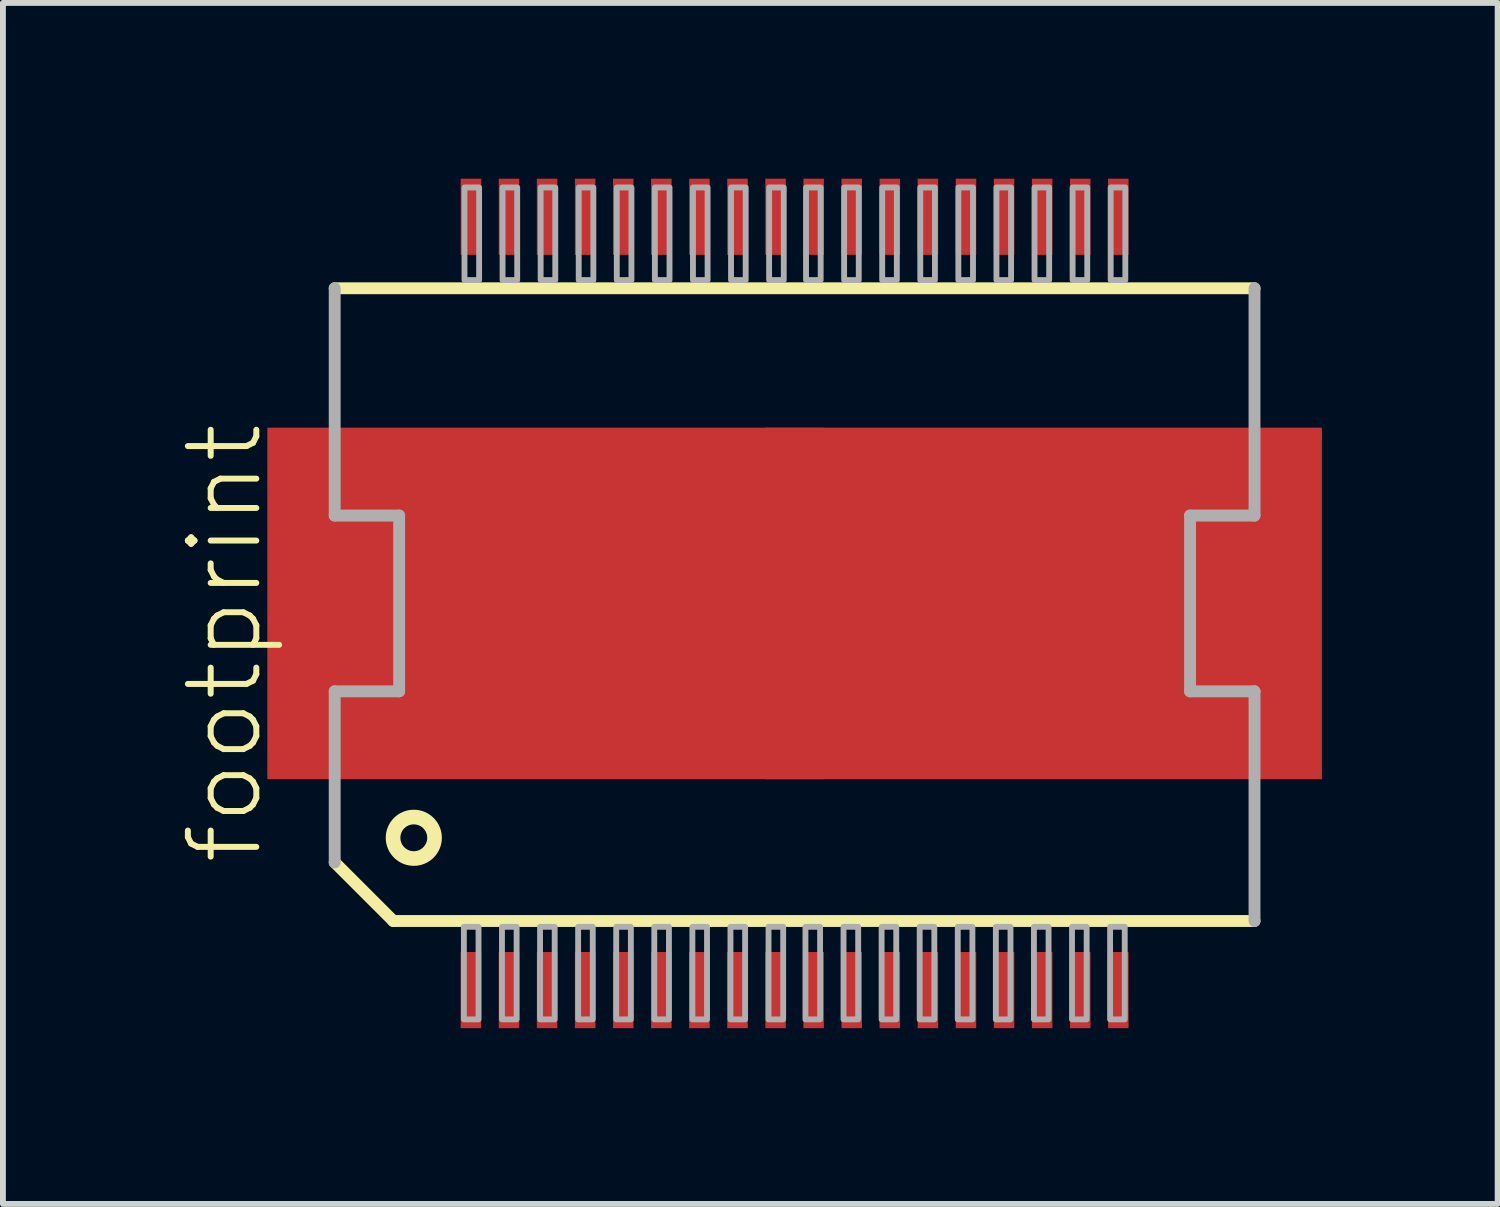
<source format=kicad_pcb>
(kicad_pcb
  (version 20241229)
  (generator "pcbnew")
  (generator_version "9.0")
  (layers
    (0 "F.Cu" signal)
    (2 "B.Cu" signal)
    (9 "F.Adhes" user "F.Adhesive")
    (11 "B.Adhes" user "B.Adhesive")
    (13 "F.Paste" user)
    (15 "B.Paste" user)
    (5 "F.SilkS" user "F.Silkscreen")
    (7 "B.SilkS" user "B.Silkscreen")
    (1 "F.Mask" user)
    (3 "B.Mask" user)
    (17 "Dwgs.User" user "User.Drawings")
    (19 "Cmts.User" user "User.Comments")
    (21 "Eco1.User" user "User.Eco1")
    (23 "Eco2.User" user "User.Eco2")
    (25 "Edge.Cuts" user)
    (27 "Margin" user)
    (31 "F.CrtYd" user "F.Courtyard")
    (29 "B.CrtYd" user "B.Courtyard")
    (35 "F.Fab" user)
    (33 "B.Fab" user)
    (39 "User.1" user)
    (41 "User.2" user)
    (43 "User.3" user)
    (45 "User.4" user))
  (footprint "footprint"
    (layer "F.Cu")
    (at 10.513 7.25)
    (property "Reference" "footprint" (at -9.04 4.5 90) (layer "F.SilkS") (effects (font (size 1.168 1.168) (thickness 0.102)) (justify left bottom)))
    (fp_poly (pts (xy -9 -1.25) (xy 9 -1.25) (xy 9 -3) (xy -9 -3)) (stroke (width 0) (type solid)) (fill yes) (layer "F.Mask"))
    (fp_poly (pts (xy -9 3) (xy 9 3) (xy 9 1.25) (xy -9 1.25)) (stroke (width 0) (type solid)) (fill yes) (layer "F.Mask"))
    (fp_poly (pts (xy -8 1.25) (xy 8 1.25) (xy 8 -1.25) (xy -8 -1.25)) (stroke (width 0) (type solid)) (fill yes) (layer "F.Mask"))
    (fp_line (start -7.85 -5.38) (end 7.85 -5.38) (stroke (width 0.203) (type solid)) (layer "F.SilkS"))
    (fp_line (start -6.85 5.42) (end -7.85 4.42) (stroke (width 0.203) (type solid)) (layer "F.SilkS"))
    (fp_line (start 7.85 5.42) (end -6.85 5.42) (stroke (width 0.203) (type solid)) (layer "F.SilkS"))
    (fp_circle (center -6.5 4) (end -6.146 4) (stroke (width 0.25) (type solid)) (fill no) (layer "F.SilkS"))
    (fp_poly (pts (xy -7.5 -1.25) (xy 7.5 -1.25) (xy 7.5 -2.5) (xy -7.5 -2.5)) (stroke (width 0) (type solid)) (fill yes) (layer "F.Paste"))
    (fp_poly (pts (xy -7.5 2.5) (xy 7.5 2.5) (xy 7.5 1.25) (xy -7.5 1.25)) (stroke (width 0) (type solid)) (fill yes) (layer "F.Paste"))
    (fp_poly (pts (xy -6.75 1.5) (xy 7 1.5) (xy 7 -1.5) (xy -6.75 -1.5)) (stroke (width 0) (type solid)) (fill yes) (layer "F.Paste"))
    (fp_line (start -7.85 -1.5) (end -7.85 -5.38) (stroke (width 0.203) (type solid)) (layer "F.Fab"))
    (fp_line (start -7.85 1.5) (end -6.75 1.5) (stroke (width 0.203) (type solid)) (layer "F.Fab"))
    (fp_line (start -7.85 4.42) (end -7.85 1.5) (stroke (width 0.203) (type solid)) (layer "F.Fab"))
    (fp_line (start -6.75 -1.5) (end -7.85 -1.5) (stroke (width 0.203) (type solid)) (layer "F.Fab"))
    (fp_line (start -6.75 1.5) (end -6.75 -1.5) (stroke (width 0.203) (type solid)) (layer "F.Fab"))
    (fp_line (start 6.75 -1.5) (end 6.75 1.5) (stroke (width 0.203) (type solid)) (layer "F.Fab"))
    (fp_line (start 6.75 1.5) (end 7.85 1.5) (stroke (width 0.203) (type solid)) (layer "F.Fab"))
    (fp_line (start 7.85 -5.38) (end 7.85 -1.5) (stroke (width 0.203) (type solid)) (layer "F.Fab"))
    (fp_line (start 7.85 -1.5) (end 6.75 -1.5) (stroke (width 0.203) (type solid)) (layer "F.Fab"))
    (fp_line (start 7.85 1.5) (end 7.85 5.42) (stroke (width 0.203) (type solid)) (layer "F.Fab"))
    (fp_poly (pts (xy -5.645 7.1) (xy -5.395 7.1) (xy -5.395 5.52) (xy -5.645 5.52)) (stroke (width 0.1) (type solid)) (fill no) (layer "F.Fab"))
    (fp_poly (pts (xy -5.385 -7.1) (xy -5.635 -7.1) (xy -5.635 -5.52) (xy -5.385 -5.52)) (stroke (width 0.1) (type solid)) (fill no) (layer "F.Fab"))
    (fp_poly (pts (xy -4.995 7.1) (xy -4.745 7.1) (xy -4.745 5.52) (xy -4.995 5.52)) (stroke (width 0.1) (type solid)) (fill no) (layer "F.Fab"))
    (fp_poly (pts (xy -4.735 -7.1) (xy -4.985 -7.1) (xy -4.985 -5.52) (xy -4.735 -5.52)) (stroke (width 0.1) (type solid)) (fill no) (layer "F.Fab"))
    (fp_poly (pts (xy -4.345 7.1) (xy -4.095 7.1) (xy -4.095 5.52) (xy -4.345 5.52)) (stroke (width 0.1) (type solid)) (fill no) (layer "F.Fab"))
    (fp_poly (pts (xy -4.085 -7.1) (xy -4.335 -7.1) (xy -4.335 -5.52) (xy -4.085 -5.52)) (stroke (width 0.1) (type solid)) (fill no) (layer "F.Fab"))
    (fp_poly (pts (xy -3.695 7.1) (xy -3.445 7.1) (xy -3.445 5.52) (xy -3.695 5.52)) (stroke (width 0.1) (type solid)) (fill no) (layer "F.Fab"))
    (fp_poly (pts (xy -3.435 -7.1) (xy -3.685 -7.1) (xy -3.685 -5.52) (xy -3.435 -5.52)) (stroke (width 0.1) (type solid)) (fill no) (layer "F.Fab"))
    (fp_poly (pts (xy -3.045 7.1) (xy -2.795 7.1) (xy -2.795 5.52) (xy -3.045 5.52)) (stroke (width 0.1) (type solid)) (fill no) (layer "F.Fab"))
    (fp_poly (pts (xy -2.785 -7.1) (xy -3.035 -7.1) (xy -3.035 -5.52) (xy -2.785 -5.52)) (stroke (width 0.1) (type solid)) (fill no) (layer "F.Fab"))
    (fp_poly (pts (xy -2.395 7.1) (xy -2.145 7.1) (xy -2.145 5.52) (xy -2.395 5.52)) (stroke (width 0.1) (type solid)) (fill no) (layer "F.Fab"))
    (fp_poly (pts (xy -2.135 -7.1) (xy -2.385 -7.1) (xy -2.385 -5.52) (xy -2.135 -5.52)) (stroke (width 0.1) (type solid)) (fill no) (layer "F.Fab"))
    (fp_poly (pts (xy -1.745 7.1) (xy -1.495 7.1) (xy -1.495 5.52) (xy -1.745 5.52)) (stroke (width 0.1) (type solid)) (fill no) (layer "F.Fab"))
    (fp_poly (pts (xy -1.485 -7.1) (xy -1.735 -7.1) (xy -1.735 -5.52) (xy -1.485 -5.52)) (stroke (width 0.1) (type solid)) (fill no) (layer "F.Fab"))
    (fp_poly (pts (xy -1.095 7.1) (xy -0.845 7.1) (xy -0.845 5.52) (xy -1.095 5.52)) (stroke (width 0.1) (type solid)) (fill no) (layer "F.Fab"))
    (fp_poly (pts (xy -0.835 -7.1) (xy -1.085 -7.1) (xy -1.085 -5.52) (xy -0.835 -5.52)) (stroke (width 0.1) (type solid)) (fill no) (layer "F.Fab"))
    (fp_poly (pts (xy -0.445 7.1) (xy -0.195 7.1) (xy -0.195 5.52) (xy -0.445 5.52)) (stroke (width 0.1) (type solid)) (fill no) (layer "F.Fab"))
    (fp_poly (pts (xy -0.185 -7.1) (xy -0.435 -7.1) (xy -0.435 -5.52) (xy -0.185 -5.52)) (stroke (width 0.1) (type solid)) (fill no) (layer "F.Fab"))
    (fp_poly (pts (xy 0.185 7.1) (xy 0.435 7.1) (xy 0.435 5.52) (xy 0.185 5.52)) (stroke (width 0.1) (type solid)) (fill no) (layer "F.Fab"))
    (fp_poly (pts (xy 0.445 -7.1) (xy 0.195 -7.1) (xy 0.195 -5.52) (xy 0.445 -5.52)) (stroke (width 0.1) (type solid)) (fill no) (layer "F.Fab"))
    (fp_poly (pts (xy 0.835 7.1) (xy 1.085 7.1) (xy 1.085 5.52) (xy 0.835 5.52)) (stroke (width 0.1) (type solid)) (fill no) (layer "F.Fab"))
    (fp_poly (pts (xy 1.095 -7.1) (xy 0.845 -7.1) (xy 0.845 -5.52) (xy 1.095 -5.52)) (stroke (width 0.1) (type solid)) (fill no) (layer "F.Fab"))
    (fp_poly (pts (xy 1.485 7.1) (xy 1.735 7.1) (xy 1.735 5.52) (xy 1.485 5.52)) (stroke (width 0.1) (type solid)) (fill no) (layer "F.Fab"))
    (fp_poly (pts (xy 1.745 -7.1) (xy 1.495 -7.1) (xy 1.495 -5.52) (xy 1.745 -5.52)) (stroke (width 0.1) (type solid)) (fill no) (layer "F.Fab"))
    (fp_poly (pts (xy 2.135 7.1) (xy 2.385 7.1) (xy 2.385 5.52) (xy 2.135 5.52)) (stroke (width 0.1) (type solid)) (fill no) (layer "F.Fab"))
    (fp_poly (pts (xy 2.395 -7.1) (xy 2.145 -7.1) (xy 2.145 -5.52) (xy 2.395 -5.52)) (stroke (width 0.1) (type solid)) (fill no) (layer "F.Fab"))
    (fp_poly (pts (xy 2.785 7.1) (xy 3.035 7.1) (xy 3.035 5.52) (xy 2.785 5.52)) (stroke (width 0.1) (type solid)) (fill no) (layer "F.Fab"))
    (fp_poly (pts (xy 3.045 -7.1) (xy 2.795 -7.1) (xy 2.795 -5.52) (xy 3.045 -5.52)) (stroke (width 0.1) (type solid)) (fill no) (layer "F.Fab"))
    (fp_poly (pts (xy 3.435 7.1) (xy 3.685 7.1) (xy 3.685 5.52) (xy 3.435 5.52)) (stroke (width 0.1) (type solid)) (fill no) (layer "F.Fab"))
    (fp_poly (pts (xy 3.695 -7.1) (xy 3.445 -7.1) (xy 3.445 -5.52) (xy 3.695 -5.52)) (stroke (width 0.1) (type solid)) (fill no) (layer "F.Fab"))
    (fp_poly (pts (xy 4.085 7.1) (xy 4.335 7.1) (xy 4.335 5.52) (xy 4.085 5.52)) (stroke (width 0.1) (type solid)) (fill no) (layer "F.Fab"))
    (fp_poly (pts (xy 4.345 -7.1) (xy 4.095 -7.1) (xy 4.095 -5.52) (xy 4.345 -5.52)) (stroke (width 0.1) (type solid)) (fill no) (layer "F.Fab"))
    (fp_poly (pts (xy 4.735 7.1) (xy 4.985 7.1) (xy 4.985 5.52) (xy 4.735 5.52)) (stroke (width 0.1) (type solid)) (fill no) (layer "F.Fab"))
    (fp_poly (pts (xy 4.995 -7.1) (xy 4.745 -7.1) (xy 4.745 -5.52) (xy 4.995 -5.52)) (stroke (width 0.1) (type solid)) (fill no) (layer "F.Fab"))
    (fp_poly (pts (xy 5.385 7.1) (xy 5.635 7.1) (xy 5.635 5.52) (xy 5.385 5.52)) (stroke (width 0.1) (type solid)) (fill no) (layer "F.Fab"))
    (fp_poly (pts (xy 5.645 -7.1) (xy 5.395 -7.1) (xy 5.395 -5.52) (xy 5.645 -5.52)) (stroke (width 0.1) (type solid)) (fill no) (layer "F.Fab"))
    (pad "1" smd rect (at -5.525 6.6) (size 0.35 1.3) (layers "F.Cu" "F.Mask" "F.Paste"))
    (pad "2" smd rect (at -4.875 6.6) (size 0.35 1.3) (layers "F.Cu" "F.Mask" "F.Paste"))
    (pad "3" smd rect (at -4.225 6.6) (size 0.35 1.3) (layers "F.Cu" "F.Mask" "F.Paste"))
    (pad "4" smd rect (at -3.575 6.6) (size 0.35 1.3) (layers "F.Cu" "F.Mask" "F.Paste"))
    (pad "5" smd rect (at -2.925 6.6) (size 0.35 1.3) (layers "F.Cu" "F.Mask" "F.Paste"))
    (pad "6" smd rect (at -2.275 6.6) (size 0.35 1.3) (layers "F.Cu" "F.Mask" "F.Paste"))
    (pad "7" smd rect (at -1.625 6.6) (size 0.35 1.3) (layers "F.Cu" "F.Mask" "F.Paste"))
    (pad "8" smd rect (at -0.975 6.6) (size 0.35 1.3) (layers "F.Cu" "F.Mask" "F.Paste"))
    (pad "9" smd rect (at -0.325 6.6) (size 0.35 1.3) (layers "F.Cu" "F.Mask" "F.Paste"))
    (pad "10" smd rect (at 0.325 6.6) (size 0.35 1.3) (layers "F.Cu" "F.Mask" "F.Paste"))
    (pad "11" smd rect (at 0.975 6.6) (size 0.35 1.3) (layers "F.Cu" "F.Mask" "F.Paste"))
    (pad "12" smd rect (at 1.625 6.6) (size 0.35 1.3) (layers "F.Cu" "F.Mask" "F.Paste"))
    (pad "13" smd rect (at 2.275 6.6) (size 0.35 1.3) (layers "F.Cu" "F.Mask" "F.Paste"))
    (pad "14" smd rect (at 2.925 6.6) (size 0.35 1.3) (layers "F.Cu" "F.Mask" "F.Paste"))
    (pad "15" smd rect (at 3.575 6.6) (size 0.35 1.3) (layers "F.Cu" "F.Mask" "F.Paste"))
    (pad "16" smd rect (at 4.225 6.6) (size 0.35 1.3) (layers "F.Cu" "F.Mask" "F.Paste"))
    (pad "17" smd rect (at 4.875 6.6) (size 0.35 1.3) (layers "F.Cu" "F.Mask" "F.Paste"))
    (pad "18" smd rect (at 5.525 6.6) (size 0.35 1.3) (layers "F.Cu" "F.Mask" "F.Paste"))
    (pad "19" smd rect (at 5.525 -6.6 180) (size 0.35 1.3) (layers "F.Cu" "F.Mask" "F.Paste"))
    (pad "20" smd rect (at 4.875 -6.6 180) (size 0.35 1.3) (layers "F.Cu" "F.Mask" "F.Paste"))
    (pad "21" smd rect (at 4.225 -6.6 180) (size 0.35 1.3) (layers "F.Cu" "F.Mask" "F.Paste"))
    (pad "22" smd rect (at 3.575 -6.6 180) (size 0.35 1.3) (layers "F.Cu" "F.Mask" "F.Paste"))
    (pad "23" smd rect (at 2.925 -6.6 180) (size 0.35 1.3) (layers "F.Cu" "F.Mask" "F.Paste"))
    (pad "24" smd rect (at 2.275 -6.6 180) (size 0.35 1.3) (layers "F.Cu" "F.Mask" "F.Paste"))
    (pad "25" smd rect (at 1.625 -6.6 180) (size 0.35 1.3) (layers "F.Cu" "F.Mask" "F.Paste"))
    (pad "26" smd rect (at 0.975 -6.6 180) (size 0.35 1.3) (layers "F.Cu" "F.Mask" "F.Paste"))
    (pad "27" smd rect (at 0.325 -6.6 180) (size 0.35 1.3) (layers "F.Cu" "F.Mask" "F.Paste"))
    (pad "28" smd rect (at -0.325 -6.6 180) (size 0.35 1.3) (layers "F.Cu" "F.Mask" "F.Paste"))
    (pad "29" smd rect (at -0.975 -6.6 180) (size 0.35 1.3) (layers "F.Cu" "F.Mask" "F.Paste"))
    (pad "30" smd rect (at -1.625 -6.6 180) (size 0.35 1.3) (layers "F.Cu" "F.Mask" "F.Paste"))
    (pad "31" smd rect (at -2.275 -6.6 180) (size 0.35 1.3) (layers "F.Cu" "F.Mask" "F.Paste"))
    (pad "32" smd rect (at -2.925 -6.6 180) (size 0.35 1.3) (layers "F.Cu" "F.Mask" "F.Paste"))
    (pad "33" smd rect (at -3.575 -6.6 180) (size 0.35 1.3) (layers "F.Cu" "F.Mask" "F.Paste"))
    (pad "34" smd rect (at -4.225 -6.6 180) (size 0.35 1.3) (layers "F.Cu" "F.Mask" "F.Paste"))
    (pad "35" smd rect (at -4.875 -6.6 180) (size 0.35 1.3) (layers "F.Cu" "F.Mask" "F.Paste"))
    (pad "36" smd rect (at -5.525 -6.6 180) (size 0.35 1.3) (layers "F.Cu" "F.Mask" "F.Paste"))
    (pad "TH@1" smd rect (at -4.25 0) (size 9.5 6) (layers "F.Cu"))
    (pad "TH@2" smd rect (at 4.25 0) (size 9.5 6) (layers "F.Cu")))
  (gr_rect
    (start -3 -3)
    (end 22.513 17.5)
    (stroke (width 0.1) (type default))
    (fill no)
    (layer "Edge.Cuts")))
</source>
